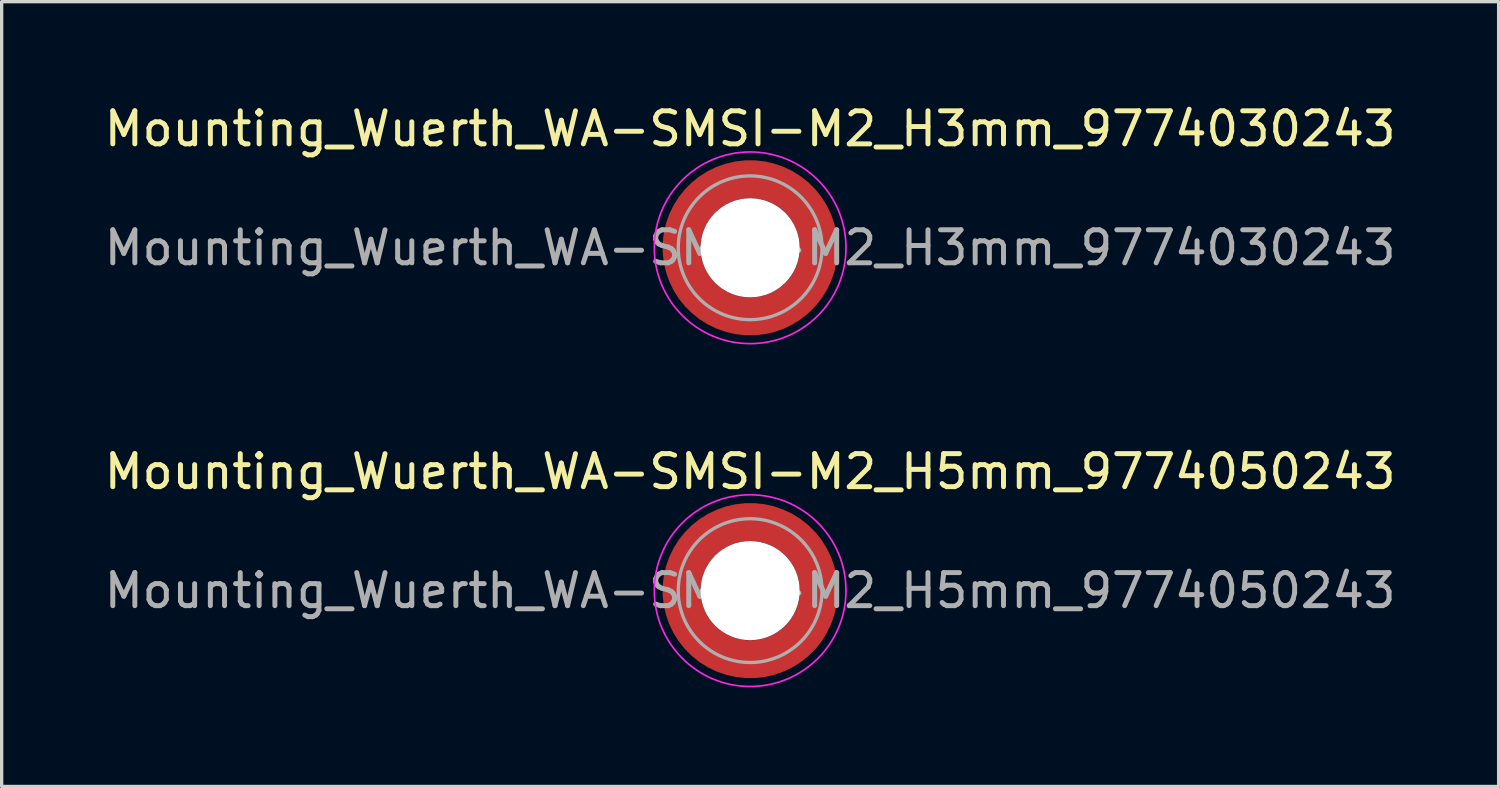
<source format=kicad_pcb>
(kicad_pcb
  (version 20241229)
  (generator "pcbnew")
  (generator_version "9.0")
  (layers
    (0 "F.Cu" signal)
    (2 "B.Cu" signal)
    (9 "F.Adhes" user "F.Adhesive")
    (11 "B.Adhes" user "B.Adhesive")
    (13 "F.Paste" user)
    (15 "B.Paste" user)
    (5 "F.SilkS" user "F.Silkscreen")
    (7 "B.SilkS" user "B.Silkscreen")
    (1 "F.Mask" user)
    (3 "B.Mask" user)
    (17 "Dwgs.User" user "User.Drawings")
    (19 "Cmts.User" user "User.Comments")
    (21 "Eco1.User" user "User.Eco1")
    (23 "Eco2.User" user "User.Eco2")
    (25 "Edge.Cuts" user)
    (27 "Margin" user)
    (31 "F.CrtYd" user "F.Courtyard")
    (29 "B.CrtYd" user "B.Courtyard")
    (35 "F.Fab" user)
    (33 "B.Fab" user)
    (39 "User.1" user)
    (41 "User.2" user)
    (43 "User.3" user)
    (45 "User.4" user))
  (footprint "Mounting_Wuerth_WA-SMSI-M2_H5mm_9774050243"
    (layer "F.Cu")
    (at 19.649 14.822)
    (property "Reference" "Mounting_Wuerth_WA-SMSI-M2_H5mm_9774050243" (at 0 -3.6 0) (layer "F.SilkS") (effects (font (size 1 1) (thickness 0.15))))
    (property "Mouser Part no." "" (at 0 0 0) (layer "F.Fab") (effects (font (size 1.27 1.27) (thickness 0.15))))
    (property "Mouser link" "" (at 0 0 0) (layer "F.Fab") (effects (font (size 1.27 1.27) (thickness 0.15))))
    (attr smd)
    (fp_circle (center 0 0) (end 2.9 0) (stroke (width 0.05) (type solid)) (fill no) (layer "F.CrtYd"))
    (fp_circle (center 0 0) (end 2.175 0) (stroke (width 0.1) (type solid)) (fill no) (layer "F.Fab"))
    (fp_text user "${REFERENCE}" (at 0 0 0) (layer "F.Fab") (effects (font (size 1 1) (thickness 0.15))))
    (pad "" smd custom (at -1.453 -1.453) (size 0.61 0.61) (layers "F.Paste") (options (anchor circle)) (primitives (gr_arc (start -0.147677 1.053104) (mid 0.285964 0.286792) (end 1.051968 -0.147393) (width 0.2)) (gr_arc (start -0.240295 1.053104) (mid 0.22253 0.222946) (end 1.052531 -0.24016) (width 0.2)) (gr_arc (start -0.332645 1.053104) (mid 0.158548 0.15965) (end 1.051583 -0.332304) (width 0.2)) (gr_arc (start -0.424767 1.053104) (mid 0.09486 0.096059) (end 1.051446 -0.424413) (width 0.2)) (gr_arc (start -0.516693 1.053104) (mid 0.031293 0.032346) (end 1.051645 -0.516396) (width 0.2)) (gr_arc (start -0.608448 1.053104) (mid -0.032323 -0.031316) (end 1.051707 -0.608176) (width 0.2)) (gr_arc (start -0.700056 1.053104) (mid -0.09616 -0.094758) (end 1.051155 -0.699693) (width 0.2)) (gr_arc (start -0.791534 1.053104) (mid -0.160388 -0.15781) (end 1.049515 -0.790891) (width 0.2)) (gr_arc (start -0.882896 1.053104) (mid -0.223713 -0.221764) (end 1.050388 -0.882429) (width 0.2)) (gr_arc (start -0.974157 1.053104) (mid -0.287654 -0.285101) (end 1.049541 -0.973567) (width 0.2)) (gr_line (start 1.053 -0.148) (end 1.053 -0.974) (width 0.2)) (gr_line (start -0.148 1.053) (end -0.974 1.053) (width 0.2))))
    (pad "" smd custom (at -1.453 1.453) (size 0.61 0.61) (layers "F.Paste") (options (anchor circle)) (primitives (gr_arc (start 1.053104 0.147677) (mid 0.286792 -0.285964) (end -0.147393 -1.051968) (width 0.2)) (gr_arc (start 1.053104 0.240295) (mid 0.222946 -0.22253) (end -0.24016 -1.052531) (width 0.2)) (gr_arc (start 1.053104 0.332645) (mid 0.15965 -0.158548) (end -0.332304 -1.051583) (width 0.2)) (gr_arc (start 1.053104 0.424767) (mid 0.096059 -0.09486) (end -0.424413 -1.051446) (width 0.2)) (gr_arc (start 1.053104 0.516693) (mid 0.032346 -0.031293) (end -0.516396 -1.051645) (width 0.2)) (gr_arc (start 1.053104 0.608448) (mid -0.031316 0.032323) (end -0.608176 -1.051707) (width 0.2)) (gr_arc (start 1.053104 0.700056) (mid -0.094758 0.09616) (end -0.699693 -1.051155) (width 0.2)) (gr_arc (start 1.053104 0.791534) (mid -0.15781 0.160388) (end -0.790891 -1.049515) (width 0.2)) (gr_arc (start 1.053104 0.882896) (mid -0.221764 0.223713) (end -0.882429 -1.050388) (width 0.2)) (gr_arc (start 1.053104 0.974157) (mid -0.285101 0.287654) (end -0.973567 -1.049541) (width 0.2)) (gr_line (start -0.148 -1.053) (end -0.974 -1.053) (width 0.2)) (gr_line (start 1.053 0.148) (end 1.053 0.974) (width 0.2))))
    (pad "" np_thru_hole circle (at 0 0) (size 3 3) (drill 3) (layers "*.Cu" "*.Mask"))
    (pad "" smd custom (at 1.453 -1.453) (size 0.61 0.61) (layers "F.Paste") (options (anchor circle)) (primitives (gr_arc (start -1.053104 -0.147677) (mid -0.286792 0.285964) (end 0.147393 1.051968) (width 0.2)) (gr_arc (start -1.053104 -0.240295) (mid -0.222946 0.22253) (end 0.24016 1.052531) (width 0.2)) (gr_arc (start -1.053104 -0.332645) (mid -0.15965 0.158548) (end 0.332304 1.051583) (width 0.2)) (gr_arc (start -1.053104 -0.424767) (mid -0.096059 0.09486) (end 0.424413 1.051446) (width 0.2)) (gr_arc (start -1.053104 -0.516693) (mid -0.032346 0.031293) (end 0.516396 1.051645) (width 0.2)) (gr_arc (start -1.053104 -0.608448) (mid 0.031316 -0.032323) (end 0.608176 1.051707) (width 0.2)) (gr_arc (start -1.053104 -0.700056) (mid 0.094758 -0.09616) (end 0.699693 1.051155) (width 0.2)) (gr_arc (start -1.053104 -0.791534) (mid 0.15781 -0.160388) (end 0.790891 1.049515) (width 0.2)) (gr_arc (start -1.053104 -0.882896) (mid 0.221764 -0.223713) (end 0.882429 1.050388) (width 0.2)) (gr_arc (start -1.053104 -0.974157) (mid 0.285101 -0.287654) (end 0.973567 1.049541) (width 0.2)) (gr_line (start 0.148 1.053) (end 0.974 1.053) (width 0.2)) (gr_line (start -1.053 -0.148) (end -1.053 -0.974) (width 0.2))))
    (pad "" smd custom (at 1.453 1.453) (size 0.61 0.61) (layers "F.Paste") (options (anchor circle)) (primitives (gr_arc (start 0.147677 -1.053104) (mid -0.285964 -0.286792) (end -1.051968 0.147393) (width 0.2)) (gr_arc (start 0.240295 -1.053104) (mid -0.22253 -0.222946) (end -1.052531 0.24016) (width 0.2)) (gr_arc (start 0.332645 -1.053104) (mid -0.158548 -0.15965) (end -1.051583 0.332304) (width 0.2)) (gr_arc (start 0.424767 -1.053104) (mid -0.09486 -0.096059) (end -1.051446 0.424413) (width 0.2)) (gr_arc (start 0.516693 -1.053104) (mid -0.031293 -0.032346) (end -1.051645 0.516396) (width 0.2)) (gr_arc (start 0.608448 -1.053104) (mid 0.032323 0.031316) (end -1.051707 0.608176) (width 0.2)) (gr_arc (start 0.700056 -1.053104) (mid 0.09616 0.094758) (end -1.051155 0.699693) (width 0.2)) (gr_arc (start 0.791534 -1.053104) (mid 0.160388 0.15781) (end -1.049515 0.790891) (width 0.2)) (gr_arc (start 0.882896 -1.053104) (mid 0.223713 0.221764) (end -1.050388 0.882429) (width 0.2)) (gr_arc (start 0.974157 -1.053104) (mid 0.287654 0.285101) (end -1.049541 0.973567) (width 0.2)) (gr_line (start -1.053 0.148) (end -1.053 0.974) (width 0.2)) (gr_line (start 0.148 -1.053) (end 0.974 -1.053) (width 0.2))))
    (pad "1" smd circle (at -2.075 0) (size 0.75 0.75) (layers "F.Cu"))
    (pad "1" smd circle (at 0 -2.075) (size 0.75 0.75) (layers "F.Cu"))
    (pad "1" smd circle (at 0 2.075) (size 0.75 0.75) (layers "F.Cu"))
    (pad "1" smd custom (at 2.075 0) (size 0.75 0.75) (layers "F.Cu" "F.Mask") (options (anchor circle)) (primitives (gr_circle (center -2.075 0) (end 0 0) (width 1.15) (fill no)))))
  (footprint "Mounting_Wuerth_WA-SMSI-M2_H3mm_9774030243"
    (layer "F.Cu")
    (at 19.649 4.448)
    (property "Reference" "Mounting_Wuerth_WA-SMSI-M2_H3mm_9774030243" (at 0 -3.6 0) (layer "F.SilkS") (effects (font (size 1 1) (thickness 0.15))))
    (property "Mouser Part no." "" (at 0 0 0) (layer "F.Fab") (effects (font (size 1.27 1.27) (thickness 0.15))))
    (property "Mouser link" "" (at 0 0 0) (layer "F.Fab") (effects (font (size 1.27 1.27) (thickness 0.15))))
    (attr smd)
    (fp_circle (center 0 0) (end 2.9 0) (stroke (width 0.05) (type solid)) (fill no) (layer "F.CrtYd"))
    (fp_circle (center 0 0) (end 2.175 0) (stroke (width 0.1) (type solid)) (fill no) (layer "F.Fab"))
    (fp_text user "${REFERENCE}" (at 0 0 0) (layer "F.Fab") (effects (font (size 1 1) (thickness 0.15))))
    (pad "" smd custom (at -1.453 -1.453) (size 0.61 0.61) (layers "F.Paste") (options (anchor circle)) (primitives (gr_arc (start -0.147677 1.053104) (mid 0.285964 0.286792) (end 1.051968 -0.147393) (width 0.2)) (gr_arc (start -0.240295 1.053104) (mid 0.22253 0.222946) (end 1.052531 -0.24016) (width 0.2)) (gr_arc (start -0.332645 1.053104) (mid 0.158548 0.15965) (end 1.051583 -0.332304) (width 0.2)) (gr_arc (start -0.424767 1.053104) (mid 0.09486 0.096059) (end 1.051446 -0.424413) (width 0.2)) (gr_arc (start -0.516693 1.053104) (mid 0.031293 0.032346) (end 1.051645 -0.516396) (width 0.2)) (gr_arc (start -0.608448 1.053104) (mid -0.032323 -0.031316) (end 1.051707 -0.608176) (width 0.2)) (gr_arc (start -0.700056 1.053104) (mid -0.09616 -0.094758) (end 1.051155 -0.699693) (width 0.2)) (gr_arc (start -0.791534 1.053104) (mid -0.160388 -0.15781) (end 1.049515 -0.790891) (width 0.2)) (gr_arc (start -0.882896 1.053104) (mid -0.223713 -0.221764) (end 1.050388 -0.882429) (width 0.2)) (gr_arc (start -0.974157 1.053104) (mid -0.287654 -0.285101) (end 1.049541 -0.973567) (width 0.2)) (gr_line (start 1.053 -0.148) (end 1.053 -0.974) (width 0.2)) (gr_line (start -0.148 1.053) (end -0.974 1.053) (width 0.2))))
    (pad "" smd custom (at -1.453 1.453) (size 0.61 0.61) (layers "F.Paste") (options (anchor circle)) (primitives (gr_arc (start 1.053104 0.147677) (mid 0.286792 -0.285964) (end -0.147393 -1.051968) (width 0.2)) (gr_arc (start 1.053104 0.240295) (mid 0.222946 -0.22253) (end -0.24016 -1.052531) (width 0.2)) (gr_arc (start 1.053104 0.332645) (mid 0.15965 -0.158548) (end -0.332304 -1.051583) (width 0.2)) (gr_arc (start 1.053104 0.424767) (mid 0.096059 -0.09486) (end -0.424413 -1.051446) (width 0.2)) (gr_arc (start 1.053104 0.516693) (mid 0.032346 -0.031293) (end -0.516396 -1.051645) (width 0.2)) (gr_arc (start 1.053104 0.608448) (mid -0.031316 0.032323) (end -0.608176 -1.051707) (width 0.2)) (gr_arc (start 1.053104 0.700056) (mid -0.094758 0.09616) (end -0.699693 -1.051155) (width 0.2)) (gr_arc (start 1.053104 0.791534) (mid -0.15781 0.160388) (end -0.790891 -1.049515) (width 0.2)) (gr_arc (start 1.053104 0.882896) (mid -0.221764 0.223713) (end -0.882429 -1.050388) (width 0.2)) (gr_arc (start 1.053104 0.974157) (mid -0.285101 0.287654) (end -0.973567 -1.049541) (width 0.2)) (gr_line (start -0.148 -1.053) (end -0.974 -1.053) (width 0.2)) (gr_line (start 1.053 0.148) (end 1.053 0.974) (width 0.2))))
    (pad "" np_thru_hole circle (at 0 0) (size 3 3) (drill 3) (layers "*.Cu" "*.Mask"))
    (pad "" smd custom (at 1.453 -1.453) (size 0.61 0.61) (layers "F.Paste") (options (anchor circle)) (primitives (gr_arc (start -1.053104 -0.147677) (mid -0.286792 0.285964) (end 0.147393 1.051968) (width 0.2)) (gr_arc (start -1.053104 -0.240295) (mid -0.222946 0.22253) (end 0.24016 1.052531) (width 0.2)) (gr_arc (start -1.053104 -0.332645) (mid -0.15965 0.158548) (end 0.332304 1.051583) (width 0.2)) (gr_arc (start -1.053104 -0.424767) (mid -0.096059 0.09486) (end 0.424413 1.051446) (width 0.2)) (gr_arc (start -1.053104 -0.516693) (mid -0.032346 0.031293) (end 0.516396 1.051645) (width 0.2)) (gr_arc (start -1.053104 -0.608448) (mid 0.031316 -0.032323) (end 0.608176 1.051707) (width 0.2)) (gr_arc (start -1.053104 -0.700056) (mid 0.094758 -0.09616) (end 0.699693 1.051155) (width 0.2)) (gr_arc (start -1.053104 -0.791534) (mid 0.15781 -0.160388) (end 0.790891 1.049515) (width 0.2)) (gr_arc (start -1.053104 -0.882896) (mid 0.221764 -0.223713) (end 0.882429 1.050388) (width 0.2)) (gr_arc (start -1.053104 -0.974157) (mid 0.285101 -0.287654) (end 0.973567 1.049541) (width 0.2)) (gr_line (start 0.148 1.053) (end 0.974 1.053) (width 0.2)) (gr_line (start -1.053 -0.148) (end -1.053 -0.974) (width 0.2))))
    (pad "" smd custom (at 1.453 1.453) (size 0.61 0.61) (layers "F.Paste") (options (anchor circle)) (primitives (gr_arc (start 0.147677 -1.053104) (mid -0.285964 -0.286792) (end -1.051968 0.147393) (width 0.2)) (gr_arc (start 0.240295 -1.053104) (mid -0.22253 -0.222946) (end -1.052531 0.24016) (width 0.2)) (gr_arc (start 0.332645 -1.053104) (mid -0.158548 -0.15965) (end -1.051583 0.332304) (width 0.2)) (gr_arc (start 0.424767 -1.053104) (mid -0.09486 -0.096059) (end -1.051446 0.424413) (width 0.2)) (gr_arc (start 0.516693 -1.053104) (mid -0.031293 -0.032346) (end -1.051645 0.516396) (width 0.2)) (gr_arc (start 0.608448 -1.053104) (mid 0.032323 0.031316) (end -1.051707 0.608176) (width 0.2)) (gr_arc (start 0.700056 -1.053104) (mid 0.09616 0.094758) (end -1.051155 0.699693) (width 0.2)) (gr_arc (start 0.791534 -1.053104) (mid 0.160388 0.15781) (end -1.049515 0.790891) (width 0.2)) (gr_arc (start 0.882896 -1.053104) (mid 0.223713 0.221764) (end -1.050388 0.882429) (width 0.2)) (gr_arc (start 0.974157 -1.053104) (mid 0.287654 0.285101) (end -1.049541 0.973567) (width 0.2)) (gr_line (start -1.053 0.148) (end -1.053 0.974) (width 0.2)) (gr_line (start 0.148 -1.053) (end 0.974 -1.053) (width 0.2))))
    (pad "1" smd circle (at -2.075 0) (size 0.75 0.75) (layers "F.Cu"))
    (pad "1" smd circle (at 0 -2.075) (size 0.75 0.75) (layers "F.Cu"))
    (pad "1" smd circle (at 0 2.075) (size 0.75 0.75) (layers "F.Cu"))
    (pad "1" smd custom (at 2.075 0) (size 0.75 0.75) (layers "F.Cu" "F.Mask") (options (anchor circle)) (primitives (gr_circle (center -2.075 0) (end 0 0) (width 1.15) (fill no)))))
  (gr_rect
    (start -3 -3)
    (end 42.298 20.747)
    (stroke (width 0.1) (type default))
    (fill no)
    (layer "Edge.Cuts")))
</source>
